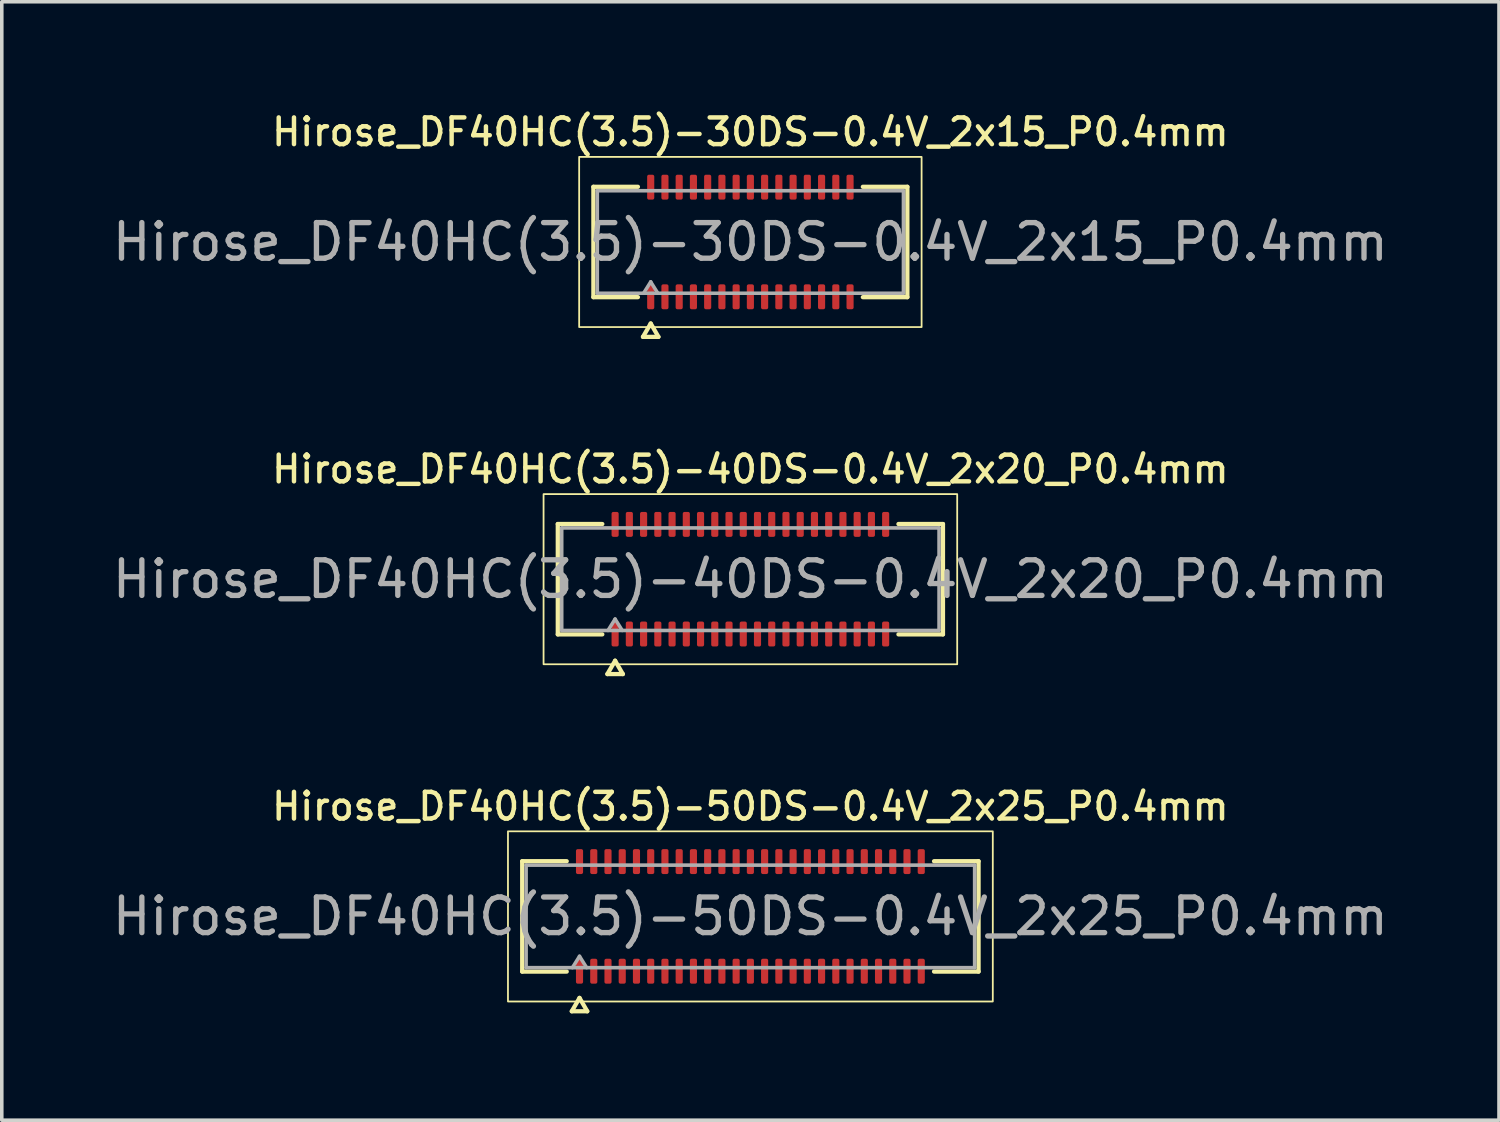
<source format=kicad_pcb>
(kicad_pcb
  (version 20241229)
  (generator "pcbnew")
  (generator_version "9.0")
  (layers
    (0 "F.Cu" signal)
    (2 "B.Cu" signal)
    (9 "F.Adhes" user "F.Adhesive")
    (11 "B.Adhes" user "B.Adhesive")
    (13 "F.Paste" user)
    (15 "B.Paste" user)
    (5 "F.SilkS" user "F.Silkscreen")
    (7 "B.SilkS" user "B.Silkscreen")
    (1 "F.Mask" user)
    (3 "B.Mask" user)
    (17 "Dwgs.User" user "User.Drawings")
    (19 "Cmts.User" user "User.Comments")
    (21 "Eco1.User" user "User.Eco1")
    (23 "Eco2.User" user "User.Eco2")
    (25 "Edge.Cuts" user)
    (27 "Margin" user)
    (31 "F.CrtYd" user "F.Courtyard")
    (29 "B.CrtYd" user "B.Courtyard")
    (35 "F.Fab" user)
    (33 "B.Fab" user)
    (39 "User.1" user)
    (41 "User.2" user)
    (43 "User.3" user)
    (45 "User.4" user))
  (footprint "Hirose_DF40HC(3.5)-40DS-0.4V_2x20_P0.4mm"
    (layer "F.Cu")
    (at 18.03 13.221)
    (property "Reference" "Hirose_DF40HC(3.5)-40DS-0.4V_2x20_P0.4mm" (at 0 -3.09 0) (layer "F.SilkS") (effects (font (size 0.75 0.75) (thickness 0.125))))
    (attr smd)
    (fp_line (start -5.41 -1.55) (end -4.16 -1.55) (stroke (width 0.12) (type solid)) (layer "F.SilkS"))
    (fp_line (start -5.41 1.55) (end -5.41 -1.55) (stroke (width 0.12) (type solid)) (layer "F.SilkS"))
    (fp_line (start -4.16 1.55) (end -5.41 1.55) (stroke (width 0.12) (type solid)) (layer "F.SilkS"))
    (fp_line (start -4.017 2.665) (end -3.8 2.29) (stroke (width 0.12) (type solid)) (layer "F.SilkS"))
    (fp_line (start -3.8 2.29) (end -3.583 2.665) (stroke (width 0.12) (type solid)) (layer "F.SilkS"))
    (fp_line (start -3.583 2.665) (end -4.017 2.665) (stroke (width 0.12) (type solid)) (layer "F.SilkS"))
    (fp_line (start 4.16 -1.55) (end 5.41 -1.55) (stroke (width 0.12) (type solid)) (layer "F.SilkS"))
    (fp_line (start 5.41 -1.55) (end 5.41 1.55) (stroke (width 0.12) (type solid)) (layer "F.SilkS"))
    (fp_line (start 5.41 1.55) (end 4.16 1.55) (stroke (width 0.12) (type solid)) (layer "F.SilkS"))
    (fp_rect (start -5.81 -2.39) (end 5.81 2.39) (stroke (width 0.05) (type solid)) (fill no) (layer "F.SilkS"))
    (fp_line (start -5.3 -1.44) (end 5.3 -1.44) (stroke (width 0.1) (type solid)) (layer "F.Fab"))
    (fp_line (start -5.3 1.44) (end -5.3 -1.44) (stroke (width 0.1) (type solid)) (layer "F.Fab"))
    (fp_line (start -4 1.44) (end -3.8 1.12) (stroke (width 0.1) (type solid)) (layer "F.Fab"))
    (fp_line (start -3.8 1.12) (end -3.6 1.44) (stroke (width 0.1) (type solid)) (layer "F.Fab"))
    (fp_line (start 5.3 -1.44) (end 5.3 1.44) (stroke (width 0.1) (type solid)) (layer "F.Fab"))
    (fp_line (start 5.3 1.44) (end -5.3 1.44) (stroke (width 0.1) (type solid)) (layer "F.Fab"))
    (fp_text user "${REFERENCE}" (at 0 0 0) (layer "F.Fab") (effects (font (size 1 1) (thickness 0.15))))
    (pad "1" smd roundrect (at -3.8 1.54) (size 0.2 0.7) (layers "F.Cu" "F.Mask" "F.Paste") (roundrect_rratio 0.25))
    (pad "2" smd roundrect (at -3.8 -1.54) (size 0.2 0.7) (layers "F.Cu" "F.Mask" "F.Paste") (roundrect_rratio 0.25))
    (pad "3" smd roundrect (at -3.4 1.54) (size 0.2 0.7) (layers "F.Cu" "F.Mask" "F.Paste") (roundrect_rratio 0.25))
    (pad "4" smd roundrect (at -3.4 -1.54) (size 0.2 0.7) (layers "F.Cu" "F.Mask" "F.Paste") (roundrect_rratio 0.25))
    (pad "5" smd roundrect (at -3 1.54) (size 0.2 0.7) (layers "F.Cu" "F.Mask" "F.Paste") (roundrect_rratio 0.25))
    (pad "6" smd roundrect (at -3 -1.54) (size 0.2 0.7) (layers "F.Cu" "F.Mask" "F.Paste") (roundrect_rratio 0.25))
    (pad "7" smd roundrect (at -2.6 1.54) (size 0.2 0.7) (layers "F.Cu" "F.Mask" "F.Paste") (roundrect_rratio 0.25))
    (pad "8" smd roundrect (at -2.6 -1.54) (size 0.2 0.7) (layers "F.Cu" "F.Mask" "F.Paste") (roundrect_rratio 0.25))
    (pad "9" smd roundrect (at -2.2 1.54) (size 0.2 0.7) (layers "F.Cu" "F.Mask" "F.Paste") (roundrect_rratio 0.25))
    (pad "10" smd roundrect (at -2.2 -1.54) (size 0.2 0.7) (layers "F.Cu" "F.Mask" "F.Paste") (roundrect_rratio 0.25))
    (pad "11" smd roundrect (at -1.8 1.54) (size 0.2 0.7) (layers "F.Cu" "F.Mask" "F.Paste") (roundrect_rratio 0.25))
    (pad "12" smd roundrect (at -1.8 -1.54) (size 0.2 0.7) (layers "F.Cu" "F.Mask" "F.Paste") (roundrect_rratio 0.25))
    (pad "13" smd roundrect (at -1.4 1.54) (size 0.2 0.7) (layers "F.Cu" "F.Mask" "F.Paste") (roundrect_rratio 0.25))
    (pad "14" smd roundrect (at -1.4 -1.54) (size 0.2 0.7) (layers "F.Cu" "F.Mask" "F.Paste") (roundrect_rratio 0.25))
    (pad "15" smd roundrect (at -1 1.54) (size 0.2 0.7) (layers "F.Cu" "F.Mask" "F.Paste") (roundrect_rratio 0.25))
    (pad "16" smd roundrect (at -1 -1.54) (size 0.2 0.7) (layers "F.Cu" "F.Mask" "F.Paste") (roundrect_rratio 0.25))
    (pad "17" smd roundrect (at -0.6 1.54) (size 0.2 0.7) (layers "F.Cu" "F.Mask" "F.Paste") (roundrect_rratio 0.25))
    (pad "18" smd roundrect (at -0.6 -1.54) (size 0.2 0.7) (layers "F.Cu" "F.Mask" "F.Paste") (roundrect_rratio 0.25))
    (pad "19" smd roundrect (at -0.2 1.54) (size 0.2 0.7) (layers "F.Cu" "F.Mask" "F.Paste") (roundrect_rratio 0.25))
    (pad "20" smd roundrect (at -0.2 -1.54) (size 0.2 0.7) (layers "F.Cu" "F.Mask" "F.Paste") (roundrect_rratio 0.25))
    (pad "21" smd roundrect (at 0.2 1.54) (size 0.2 0.7) (layers "F.Cu" "F.Mask" "F.Paste") (roundrect_rratio 0.25))
    (pad "22" smd roundrect (at 0.2 -1.54) (size 0.2 0.7) (layers "F.Cu" "F.Mask" "F.Paste") (roundrect_rratio 0.25))
    (pad "23" smd roundrect (at 0.6 1.54) (size 0.2 0.7) (layers "F.Cu" "F.Mask" "F.Paste") (roundrect_rratio 0.25))
    (pad "24" smd roundrect (at 0.6 -1.54) (size 0.2 0.7) (layers "F.Cu" "F.Mask" "F.Paste") (roundrect_rratio 0.25))
    (pad "25" smd roundrect (at 1 1.54) (size 0.2 0.7) (layers "F.Cu" "F.Mask" "F.Paste") (roundrect_rratio 0.25))
    (pad "26" smd roundrect (at 1 -1.54) (size 0.2 0.7) (layers "F.Cu" "F.Mask" "F.Paste") (roundrect_rratio 0.25))
    (pad "27" smd roundrect (at 1.4 1.54) (size 0.2 0.7) (layers "F.Cu" "F.Mask" "F.Paste") (roundrect_rratio 0.25))
    (pad "28" smd roundrect (at 1.4 -1.54) (size 0.2 0.7) (layers "F.Cu" "F.Mask" "F.Paste") (roundrect_rratio 0.25))
    (pad "29" smd roundrect (at 1.8 1.54) (size 0.2 0.7) (layers "F.Cu" "F.Mask" "F.Paste") (roundrect_rratio 0.25))
    (pad "30" smd roundrect (at 1.8 -1.54) (size 0.2 0.7) (layers "F.Cu" "F.Mask" "F.Paste") (roundrect_rratio 0.25))
    (pad "31" smd roundrect (at 2.2 1.54) (size 0.2 0.7) (layers "F.Cu" "F.Mask" "F.Paste") (roundrect_rratio 0.25))
    (pad "32" smd roundrect (at 2.2 -1.54) (size 0.2 0.7) (layers "F.Cu" "F.Mask" "F.Paste") (roundrect_rratio 0.25))
    (pad "33" smd roundrect (at 2.6 1.54) (size 0.2 0.7) (layers "F.Cu" "F.Mask" "F.Paste") (roundrect_rratio 0.25))
    (pad "34" smd roundrect (at 2.6 -1.54) (size 0.2 0.7) (layers "F.Cu" "F.Mask" "F.Paste") (roundrect_rratio 0.25))
    (pad "35" smd roundrect (at 3 1.54) (size 0.2 0.7) (layers "F.Cu" "F.Mask" "F.Paste") (roundrect_rratio 0.25))
    (pad "36" smd roundrect (at 3 -1.54) (size 0.2 0.7) (layers "F.Cu" "F.Mask" "F.Paste") (roundrect_rratio 0.25))
    (pad "37" smd roundrect (at 3.4 1.54) (size 0.2 0.7) (layers "F.Cu" "F.Mask" "F.Paste") (roundrect_rratio 0.25))
    (pad "38" smd roundrect (at 3.4 -1.54) (size 0.2 0.7) (layers "F.Cu" "F.Mask" "F.Paste") (roundrect_rratio 0.25))
    (pad "39" smd roundrect (at 3.8 1.54) (size 0.2 0.7) (layers "F.Cu" "F.Mask" "F.Paste") (roundrect_rratio 0.25))
    (pad "40" smd roundrect (at 3.8 -1.54) (size 0.2 0.7) (layers "F.Cu" "F.Mask" "F.Paste") (roundrect_rratio 0.25)))
  (footprint "Hirose_DF40HC(3.5)-50DS-0.4V_2x25_P0.4mm"
    (layer "F.Cu")
    (at 18.03 22.694)
    (property "Reference" "Hirose_DF40HC(3.5)-50DS-0.4V_2x25_P0.4mm" (at 0 -3.09 0) (layer "F.SilkS") (effects (font (size 0.75 0.75) (thickness 0.125))))
    (attr smd)
    (fp_line (start -6.41 -1.55) (end -5.16 -1.55) (stroke (width 0.12) (type solid)) (layer "F.SilkS"))
    (fp_line (start -6.41 1.55) (end -6.41 -1.55) (stroke (width 0.12) (type solid)) (layer "F.SilkS"))
    (fp_line (start -5.16 1.55) (end -6.41 1.55) (stroke (width 0.12) (type solid)) (layer "F.SilkS"))
    (fp_line (start -5.017 2.665) (end -4.8 2.29) (stroke (width 0.12) (type solid)) (layer "F.SilkS"))
    (fp_line (start -4.8 2.29) (end -4.583 2.665) (stroke (width 0.12) (type solid)) (layer "F.SilkS"))
    (fp_line (start -4.583 2.665) (end -5.017 2.665) (stroke (width 0.12) (type solid)) (layer "F.SilkS"))
    (fp_line (start 5.16 -1.55) (end 6.41 -1.55) (stroke (width 0.12) (type solid)) (layer "F.SilkS"))
    (fp_line (start 6.41 -1.55) (end 6.41 1.55) (stroke (width 0.12) (type solid)) (layer "F.SilkS"))
    (fp_line (start 6.41 1.55) (end 5.16 1.55) (stroke (width 0.12) (type solid)) (layer "F.SilkS"))
    (fp_rect (start -6.81 -2.39) (end 6.81 2.39) (stroke (width 0.05) (type solid)) (fill no) (layer "F.SilkS"))
    (fp_line (start -6.3 -1.44) (end 6.3 -1.44) (stroke (width 0.1) (type solid)) (layer "F.Fab"))
    (fp_line (start -6.3 1.44) (end -6.3 -1.44) (stroke (width 0.1) (type solid)) (layer "F.Fab"))
    (fp_line (start -5 1.44) (end -4.8 1.12) (stroke (width 0.1) (type solid)) (layer "F.Fab"))
    (fp_line (start -4.8 1.12) (end -4.6 1.44) (stroke (width 0.1) (type solid)) (layer "F.Fab"))
    (fp_line (start 6.3 -1.44) (end 6.3 1.44) (stroke (width 0.1) (type solid)) (layer "F.Fab"))
    (fp_line (start 6.3 1.44) (end -6.3 1.44) (stroke (width 0.1) (type solid)) (layer "F.Fab"))
    (fp_text user "${REFERENCE}" (at 0 0 0) (layer "F.Fab") (effects (font (size 1 1) (thickness 0.15))))
    (pad "1" smd roundrect (at -4.8 1.54) (size 0.2 0.7) (layers "F.Cu" "F.Mask" "F.Paste") (roundrect_rratio 0.25))
    (pad "2" smd roundrect (at -4.8 -1.54) (size 0.2 0.7) (layers "F.Cu" "F.Mask" "F.Paste") (roundrect_rratio 0.25))
    (pad "3" smd roundrect (at -4.4 1.54) (size 0.2 0.7) (layers "F.Cu" "F.Mask" "F.Paste") (roundrect_rratio 0.25))
    (pad "4" smd roundrect (at -4.4 -1.54) (size 0.2 0.7) (layers "F.Cu" "F.Mask" "F.Paste") (roundrect_rratio 0.25))
    (pad "5" smd roundrect (at -4 1.54) (size 0.2 0.7) (layers "F.Cu" "F.Mask" "F.Paste") (roundrect_rratio 0.25))
    (pad "6" smd roundrect (at -4 -1.54) (size 0.2 0.7) (layers "F.Cu" "F.Mask" "F.Paste") (roundrect_rratio 0.25))
    (pad "7" smd roundrect (at -3.6 1.54) (size 0.2 0.7) (layers "F.Cu" "F.Mask" "F.Paste") (roundrect_rratio 0.25))
    (pad "8" smd roundrect (at -3.6 -1.54) (size 0.2 0.7) (layers "F.Cu" "F.Mask" "F.Paste") (roundrect_rratio 0.25))
    (pad "9" smd roundrect (at -3.2 1.54) (size 0.2 0.7) (layers "F.Cu" "F.Mask" "F.Paste") (roundrect_rratio 0.25))
    (pad "10" smd roundrect (at -3.2 -1.54) (size 0.2 0.7) (layers "F.Cu" "F.Mask" "F.Paste") (roundrect_rratio 0.25))
    (pad "11" smd roundrect (at -2.8 1.54) (size 0.2 0.7) (layers "F.Cu" "F.Mask" "F.Paste") (roundrect_rratio 0.25))
    (pad "12" smd roundrect (at -2.8 -1.54) (size 0.2 0.7) (layers "F.Cu" "F.Mask" "F.Paste") (roundrect_rratio 0.25))
    (pad "13" smd roundrect (at -2.4 1.54) (size 0.2 0.7) (layers "F.Cu" "F.Mask" "F.Paste") (roundrect_rratio 0.25))
    (pad "14" smd roundrect (at -2.4 -1.54) (size 0.2 0.7) (layers "F.Cu" "F.Mask" "F.Paste") (roundrect_rratio 0.25))
    (pad "15" smd roundrect (at -2 1.54) (size 0.2 0.7) (layers "F.Cu" "F.Mask" "F.Paste") (roundrect_rratio 0.25))
    (pad "16" smd roundrect (at -2 -1.54) (size 0.2 0.7) (layers "F.Cu" "F.Mask" "F.Paste") (roundrect_rratio 0.25))
    (pad "17" smd roundrect (at -1.6 1.54) (size 0.2 0.7) (layers "F.Cu" "F.Mask" "F.Paste") (roundrect_rratio 0.25))
    (pad "18" smd roundrect (at -1.6 -1.54) (size 0.2 0.7) (layers "F.Cu" "F.Mask" "F.Paste") (roundrect_rratio 0.25))
    (pad "19" smd roundrect (at -1.2 1.54) (size 0.2 0.7) (layers "F.Cu" "F.Mask" "F.Paste") (roundrect_rratio 0.25))
    (pad "20" smd roundrect (at -1.2 -1.54) (size 0.2 0.7) (layers "F.Cu" "F.Mask" "F.Paste") (roundrect_rratio 0.25))
    (pad "21" smd roundrect (at -0.8 1.54) (size 0.2 0.7) (layers "F.Cu" "F.Mask" "F.Paste") (roundrect_rratio 0.25))
    (pad "22" smd roundrect (at -0.8 -1.54) (size 0.2 0.7) (layers "F.Cu" "F.Mask" "F.Paste") (roundrect_rratio 0.25))
    (pad "23" smd roundrect (at -0.4 1.54) (size 0.2 0.7) (layers "F.Cu" "F.Mask" "F.Paste") (roundrect_rratio 0.25))
    (pad "24" smd roundrect (at -0.4 -1.54) (size 0.2 0.7) (layers "F.Cu" "F.Mask" "F.Paste") (roundrect_rratio 0.25))
    (pad "25" smd roundrect (at 0 1.54) (size 0.2 0.7) (layers "F.Cu" "F.Mask" "F.Paste") (roundrect_rratio 0.25))
    (pad "26" smd roundrect (at 0 -1.54) (size 0.2 0.7) (layers "F.Cu" "F.Mask" "F.Paste") (roundrect_rratio 0.25))
    (pad "27" smd roundrect (at 0.4 1.54) (size 0.2 0.7) (layers "F.Cu" "F.Mask" "F.Paste") (roundrect_rratio 0.25))
    (pad "28" smd roundrect (at 0.4 -1.54) (size 0.2 0.7) (layers "F.Cu" "F.Mask" "F.Paste") (roundrect_rratio 0.25))
    (pad "29" smd roundrect (at 0.8 1.54) (size 0.2 0.7) (layers "F.Cu" "F.Mask" "F.Paste") (roundrect_rratio 0.25))
    (pad "30" smd roundrect (at 0.8 -1.54) (size 0.2 0.7) (layers "F.Cu" "F.Mask" "F.Paste") (roundrect_rratio 0.25))
    (pad "31" smd roundrect (at 1.2 1.54) (size 0.2 0.7) (layers "F.Cu" "F.Mask" "F.Paste") (roundrect_rratio 0.25))
    (pad "32" smd roundrect (at 1.2 -1.54) (size 0.2 0.7) (layers "F.Cu" "F.Mask" "F.Paste") (roundrect_rratio 0.25))
    (pad "33" smd roundrect (at 1.6 1.54) (size 0.2 0.7) (layers "F.Cu" "F.Mask" "F.Paste") (roundrect_rratio 0.25))
    (pad "34" smd roundrect (at 1.6 -1.54) (size 0.2 0.7) (layers "F.Cu" "F.Mask" "F.Paste") (roundrect_rratio 0.25))
    (pad "35" smd roundrect (at 2 1.54) (size 0.2 0.7) (layers "F.Cu" "F.Mask" "F.Paste") (roundrect_rratio 0.25))
    (pad "36" smd roundrect (at 2 -1.54) (size 0.2 0.7) (layers "F.Cu" "F.Mask" "F.Paste") (roundrect_rratio 0.25))
    (pad "37" smd roundrect (at 2.4 1.54) (size 0.2 0.7) (layers "F.Cu" "F.Mask" "F.Paste") (roundrect_rratio 0.25))
    (pad "38" smd roundrect (at 2.4 -1.54) (size 0.2 0.7) (layers "F.Cu" "F.Mask" "F.Paste") (roundrect_rratio 0.25))
    (pad "39" smd roundrect (at 2.8 1.54) (size 0.2 0.7) (layers "F.Cu" "F.Mask" "F.Paste") (roundrect_rratio 0.25))
    (pad "40" smd roundrect (at 2.8 -1.54) (size 0.2 0.7) (layers "F.Cu" "F.Mask" "F.Paste") (roundrect_rratio 0.25))
    (pad "41" smd roundrect (at 3.2 1.54) (size 0.2 0.7) (layers "F.Cu" "F.Mask" "F.Paste") (roundrect_rratio 0.25))
    (pad "42" smd roundrect (at 3.2 -1.54) (size 0.2 0.7) (layers "F.Cu" "F.Mask" "F.Paste") (roundrect_rratio 0.25))
    (pad "43" smd roundrect (at 3.6 1.54) (size 0.2 0.7) (layers "F.Cu" "F.Mask" "F.Paste") (roundrect_rratio 0.25))
    (pad "44" smd roundrect (at 3.6 -1.54) (size 0.2 0.7) (layers "F.Cu" "F.Mask" "F.Paste") (roundrect_rratio 0.25))
    (pad "45" smd roundrect (at 4 1.54) (size 0.2 0.7) (layers "F.Cu" "F.Mask" "F.Paste") (roundrect_rratio 0.25))
    (pad "46" smd roundrect (at 4 -1.54) (size 0.2 0.7) (layers "F.Cu" "F.Mask" "F.Paste") (roundrect_rratio 0.25))
    (pad "47" smd roundrect (at 4.4 1.54) (size 0.2 0.7) (layers "F.Cu" "F.Mask" "F.Paste") (roundrect_rratio 0.25))
    (pad "48" smd roundrect (at 4.4 -1.54) (size 0.2 0.7) (layers "F.Cu" "F.Mask" "F.Paste") (roundrect_rratio 0.25))
    (pad "49" smd roundrect (at 4.8 1.54) (size 0.2 0.7) (layers "F.Cu" "F.Mask" "F.Paste") (roundrect_rratio 0.25))
    (pad "50" smd roundrect (at 4.8 -1.54) (size 0.2 0.7) (layers "F.Cu" "F.Mask" "F.Paste") (roundrect_rratio 0.25)))
  (footprint "Hirose_DF40HC(3.5)-30DS-0.4V_2x15_P0.4mm"
    (layer "F.Cu")
    (at 18.03 3.748)
    (property "Reference" "Hirose_DF40HC(3.5)-30DS-0.4V_2x15_P0.4mm" (at 0 -3.09 0) (layer "F.SilkS") (effects (font (size 0.75 0.75) (thickness 0.125))))
    (attr smd)
    (fp_line (start -4.41 -1.55) (end -3.16 -1.55) (stroke (width 0.12) (type solid)) (layer "F.SilkS"))
    (fp_line (start -4.41 1.55) (end -4.41 -1.55) (stroke (width 0.12) (type solid)) (layer "F.SilkS"))
    (fp_line (start -3.16 1.55) (end -4.41 1.55) (stroke (width 0.12) (type solid)) (layer "F.SilkS"))
    (fp_line (start -3.017 2.665) (end -2.8 2.29) (stroke (width 0.12) (type solid)) (layer "F.SilkS"))
    (fp_line (start -2.8 2.29) (end -2.583 2.665) (stroke (width 0.12) (type solid)) (layer "F.SilkS"))
    (fp_line (start -2.583 2.665) (end -3.017 2.665) (stroke (width 0.12) (type solid)) (layer "F.SilkS"))
    (fp_line (start 3.16 -1.55) (end 4.41 -1.55) (stroke (width 0.12) (type solid)) (layer "F.SilkS"))
    (fp_line (start 4.41 -1.55) (end 4.41 1.55) (stroke (width 0.12) (type solid)) (layer "F.SilkS"))
    (fp_line (start 4.41 1.55) (end 3.16 1.55) (stroke (width 0.12) (type solid)) (layer "F.SilkS"))
    (fp_rect (start -4.81 -2.39) (end 4.81 2.39) (stroke (width 0.05) (type solid)) (fill no) (layer "F.SilkS"))
    (fp_line (start -4.3 -1.44) (end 4.3 -1.44) (stroke (width 0.1) (type solid)) (layer "F.Fab"))
    (fp_line (start -4.3 1.44) (end -4.3 -1.44) (stroke (width 0.1) (type solid)) (layer "F.Fab"))
    (fp_line (start -3 1.44) (end -2.8 1.12) (stroke (width 0.1) (type solid)) (layer "F.Fab"))
    (fp_line (start -2.8 1.12) (end -2.6 1.44) (stroke (width 0.1) (type solid)) (layer "F.Fab"))
    (fp_line (start 4.3 -1.44) (end 4.3 1.44) (stroke (width 0.1) (type solid)) (layer "F.Fab"))
    (fp_line (start 4.3 1.44) (end -4.3 1.44) (stroke (width 0.1) (type solid)) (layer "F.Fab"))
    (fp_text user "${REFERENCE}" (at 0 0 0) (layer "F.Fab") (effects (font (size 1 1) (thickness 0.15))))
    (pad "1" smd roundrect (at -2.8 1.54) (size 0.2 0.7) (layers "F.Cu" "F.Mask" "F.Paste") (roundrect_rratio 0.25))
    (pad "2" smd roundrect (at -2.8 -1.54) (size 0.2 0.7) (layers "F.Cu" "F.Mask" "F.Paste") (roundrect_rratio 0.25))
    (pad "3" smd roundrect (at -2.4 1.54) (size 0.2 0.7) (layers "F.Cu" "F.Mask" "F.Paste") (roundrect_rratio 0.25))
    (pad "4" smd roundrect (at -2.4 -1.54) (size 0.2 0.7) (layers "F.Cu" "F.Mask" "F.Paste") (roundrect_rratio 0.25))
    (pad "5" smd roundrect (at -2 1.54) (size 0.2 0.7) (layers "F.Cu" "F.Mask" "F.Paste") (roundrect_rratio 0.25))
    (pad "6" smd roundrect (at -2 -1.54) (size 0.2 0.7) (layers "F.Cu" "F.Mask" "F.Paste") (roundrect_rratio 0.25))
    (pad "7" smd roundrect (at -1.6 1.54) (size 0.2 0.7) (layers "F.Cu" "F.Mask" "F.Paste") (roundrect_rratio 0.25))
    (pad "8" smd roundrect (at -1.6 -1.54) (size 0.2 0.7) (layers "F.Cu" "F.Mask" "F.Paste") (roundrect_rratio 0.25))
    (pad "9" smd roundrect (at -1.2 1.54) (size 0.2 0.7) (layers "F.Cu" "F.Mask" "F.Paste") (roundrect_rratio 0.25))
    (pad "10" smd roundrect (at -1.2 -1.54) (size 0.2 0.7) (layers "F.Cu" "F.Mask" "F.Paste") (roundrect_rratio 0.25))
    (pad "11" smd roundrect (at -0.8 1.54) (size 0.2 0.7) (layers "F.Cu" "F.Mask" "F.Paste") (roundrect_rratio 0.25))
    (pad "12" smd roundrect (at -0.8 -1.54) (size 0.2 0.7) (layers "F.Cu" "F.Mask" "F.Paste") (roundrect_rratio 0.25))
    (pad "13" smd roundrect (at -0.4 1.54) (size 0.2 0.7) (layers "F.Cu" "F.Mask" "F.Paste") (roundrect_rratio 0.25))
    (pad "14" smd roundrect (at -0.4 -1.54) (size 0.2 0.7) (layers "F.Cu" "F.Mask" "F.Paste") (roundrect_rratio 0.25))
    (pad "15" smd roundrect (at 0 1.54) (size 0.2 0.7) (layers "F.Cu" "F.Mask" "F.Paste") (roundrect_rratio 0.25))
    (pad "16" smd roundrect (at 0 -1.54) (size 0.2 0.7) (layers "F.Cu" "F.Mask" "F.Paste") (roundrect_rratio 0.25))
    (pad "17" smd roundrect (at 0.4 1.54) (size 0.2 0.7) (layers "F.Cu" "F.Mask" "F.Paste") (roundrect_rratio 0.25))
    (pad "18" smd roundrect (at 0.4 -1.54) (size 0.2 0.7) (layers "F.Cu" "F.Mask" "F.Paste") (roundrect_rratio 0.25))
    (pad "19" smd roundrect (at 0.8 1.54) (size 0.2 0.7) (layers "F.Cu" "F.Mask" "F.Paste") (roundrect_rratio 0.25))
    (pad "20" smd roundrect (at 0.8 -1.54) (size 0.2 0.7) (layers "F.Cu" "F.Mask" "F.Paste") (roundrect_rratio 0.25))
    (pad "21" smd roundrect (at 1.2 1.54) (size 0.2 0.7) (layers "F.Cu" "F.Mask" "F.Paste") (roundrect_rratio 0.25))
    (pad "22" smd roundrect (at 1.2 -1.54) (size 0.2 0.7) (layers "F.Cu" "F.Mask" "F.Paste") (roundrect_rratio 0.25))
    (pad "23" smd roundrect (at 1.6 1.54) (size 0.2 0.7) (layers "F.Cu" "F.Mask" "F.Paste") (roundrect_rratio 0.25))
    (pad "24" smd roundrect (at 1.6 -1.54) (size 0.2 0.7) (layers "F.Cu" "F.Mask" "F.Paste") (roundrect_rratio 0.25))
    (pad "25" smd roundrect (at 2 1.54) (size 0.2 0.7) (layers "F.Cu" "F.Mask" "F.Paste") (roundrect_rratio 0.25))
    (pad "26" smd roundrect (at 2 -1.54) (size 0.2 0.7) (layers "F.Cu" "F.Mask" "F.Paste") (roundrect_rratio 0.25))
    (pad "27" smd roundrect (at 2.4 1.54) (size 0.2 0.7) (layers "F.Cu" "F.Mask" "F.Paste") (roundrect_rratio 0.25))
    (pad "28" smd roundrect (at 2.4 -1.54) (size 0.2 0.7) (layers "F.Cu" "F.Mask" "F.Paste") (roundrect_rratio 0.25))
    (pad "29" smd roundrect (at 2.8 1.54) (size 0.2 0.7) (layers "F.Cu" "F.Mask" "F.Paste") (roundrect_rratio 0.25))
    (pad "30" smd roundrect (at 2.8 -1.54) (size 0.2 0.7) (layers "F.Cu" "F.Mask" "F.Paste") (roundrect_rratio 0.25)))
  (gr_rect
    (start -3 -3)
    (end 39.06 28.419)
    (stroke (width 0.1) (type default))
    (fill no)
    (layer "Edge.Cuts")))
</source>
